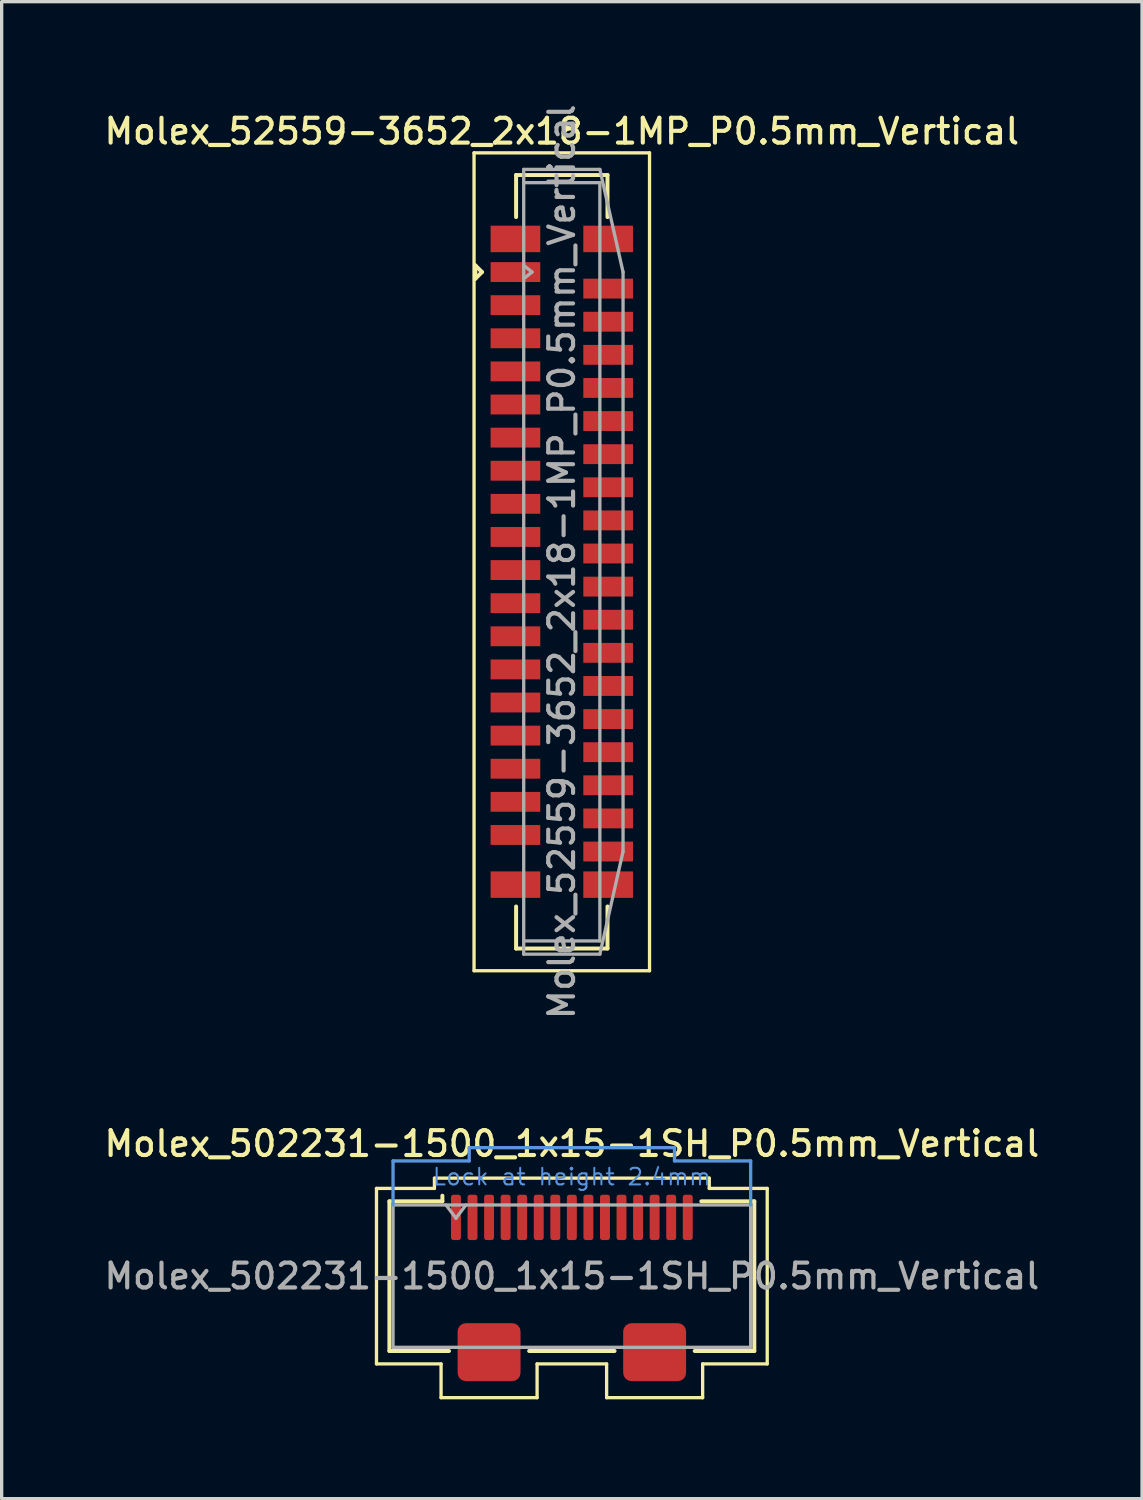
<source format=kicad_pcb>
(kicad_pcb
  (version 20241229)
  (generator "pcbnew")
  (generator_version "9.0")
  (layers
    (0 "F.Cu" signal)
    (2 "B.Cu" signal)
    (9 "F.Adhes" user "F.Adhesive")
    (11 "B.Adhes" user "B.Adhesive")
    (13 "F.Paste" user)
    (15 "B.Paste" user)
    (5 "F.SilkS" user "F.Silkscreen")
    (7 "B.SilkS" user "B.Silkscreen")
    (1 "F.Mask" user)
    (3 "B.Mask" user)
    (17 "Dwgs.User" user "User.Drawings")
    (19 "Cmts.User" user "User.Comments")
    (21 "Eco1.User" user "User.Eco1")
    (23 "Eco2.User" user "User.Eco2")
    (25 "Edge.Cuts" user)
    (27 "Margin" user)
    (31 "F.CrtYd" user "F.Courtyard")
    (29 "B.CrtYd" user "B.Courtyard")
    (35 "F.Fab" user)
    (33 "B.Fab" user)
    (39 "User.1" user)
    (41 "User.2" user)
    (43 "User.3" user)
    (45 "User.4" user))
  (footprint "Molex_502231-1500_1x15-1SH_P0.5mm_Vertical"
    (layer "F.Cu")
    (at 14.22 34.76)
    (property "Reference" "Molex_502231-1500_1x15-1SH_P0.5mm_Vertical" (at 0 -3.27 0) (layer "F.SilkS") (effects (font (size 0.75 0.75) (thickness 0.125))))
    (attr smd)
    (fp_line (start -5.9 -1.92) (end -4.15 -1.92) (stroke (width 0.1) (type solid)) (layer "F.SilkS"))
    (fp_line (start -5.9 3.38) (end -5.9 -1.92) (stroke (width 0.1) (type solid)) (layer "F.SilkS"))
    (fp_line (start -5.51 2.99) (end -5.51 -1.53) (stroke (width 0.12) (type solid)) (layer "F.SilkS"))
    (fp_line (start -4.15 -1.92) (end -4.15 -2.23) (stroke (width 0.1) (type solid)) (layer "F.SilkS"))
    (fp_line (start -3.95 3.38) (end -5.9 3.38) (stroke (width 0.1) (type solid)) (layer "F.SilkS"))
    (fp_line (start -3.95 3.38) (end -3.95 4.4) (stroke (width 0.1) (type solid)) (layer "F.SilkS"))
    (fp_line (start -3.91 -1.53) (end -5.51 -1.53) (stroke (width 0.12) (type solid)) (layer "F.SilkS"))
    (fp_line (start -3.91 -1.53) (end -3.91 -1.7) (stroke (width 0.12) (type solid)) (layer "F.SilkS"))
    (fp_line (start -3.71 2.99) (end -5.51 2.99) (stroke (width 0.12) (type solid)) (layer "F.SilkS"))
    (fp_line (start -1.29 2.99) (end 1.29 2.99) (stroke (width 0.12) (type solid)) (layer "F.SilkS"))
    (fp_line (start -1.05 3.38) (end -1.05 4.4) (stroke (width 0.1) (type solid)) (layer "F.SilkS"))
    (fp_line (start -1.05 4.4) (end -3.95 4.4) (stroke (width 0.1) (type solid)) (layer "F.SilkS"))
    (fp_line (start 1.05 3.38) (end -1.05 3.38) (stroke (width 0.1) (type solid)) (layer "F.SilkS"))
    (fp_line (start 1.05 3.38) (end 1.05 4.4) (stroke (width 0.1) (type solid)) (layer "F.SilkS"))
    (fp_line (start 1.05 4.4) (end 3.95 4.4) (stroke (width 0.1) (type solid)) (layer "F.SilkS"))
    (fp_line (start 3.71 2.99) (end 5.51 2.99) (stroke (width 0.12) (type solid)) (layer "F.SilkS"))
    (fp_line (start 3.91 -1.53) (end 5.51 -1.53) (stroke (width 0.12) (type solid)) (layer "F.SilkS"))
    (fp_line (start 3.95 3.38) (end 3.95 4.4) (stroke (width 0.1) (type solid)) (layer "F.SilkS"))
    (fp_line (start 3.95 3.38) (end 5.9 3.38) (stroke (width 0.1) (type solid)) (layer "F.SilkS"))
    (fp_line (start 4.15 -2.23) (end -4.15 -2.23) (stroke (width 0.1) (type solid)) (layer "F.SilkS"))
    (fp_line (start 4.15 -1.92) (end 4.15 -2.23) (stroke (width 0.1) (type solid)) (layer "F.SilkS"))
    (fp_line (start 5.51 2.99) (end 5.51 -1.53) (stroke (width 0.12) (type solid)) (layer "F.SilkS"))
    (fp_line (start 5.9 -1.92) (end 4.15 -1.92) (stroke (width 0.1) (type solid)) (layer "F.SilkS"))
    (fp_line (start 5.9 3.38) (end 5.9 -1.92) (stroke (width 0.1) (type solid)) (layer "F.SilkS"))
    (fp_line (start -5.4 -2.75) (end -5.4 -1.42) (stroke (width 0.1) (type solid)) (layer "Cmts.User"))
    (fp_line (start -3.1 -3.15) (end -3.1 -2.75) (stroke (width 0.1) (type solid)) (layer "Cmts.User"))
    (fp_line (start -3.1 -3.15) (end 3.1 -3.15) (stroke (width 0.1) (type solid)) (layer "Cmts.User"))
    (fp_line (start -3.1 -2.75) (end -5.4 -2.75) (stroke (width 0.1) (type solid)) (layer "Cmts.User"))
    (fp_line (start 3.1 -3.15) (end 3.1 -2.75) (stroke (width 0.1) (type solid)) (layer "Cmts.User"))
    (fp_line (start 3.1 -2.75) (end 5.4 -2.75) (stroke (width 0.1) (type solid)) (layer "Cmts.User"))
    (fp_line (start 5.4 -2.75) (end 5.4 -1.42) (stroke (width 0.1) (type solid)) (layer "Cmts.User"))
    (fp_line (start -5.4 -1.42) (end -5.4 2.88) (stroke (width 0.1) (type solid)) (layer "F.Fab"))
    (fp_line (start -5.4 -1.42) (end 5.4 -1.42) (stroke (width 0.1) (type solid)) (layer "F.Fab"))
    (fp_line (start -5.4 2.88) (end 5.4 2.88) (stroke (width 0.1) (type solid)) (layer "F.Fab"))
    (fp_line (start -3.8 -1.42) (end -3.5 -1.02) (stroke (width 0.1) (type solid)) (layer "F.Fab"))
    (fp_line (start -3.5 -1.02) (end -3.2 -1.42) (stroke (width 0.1) (type solid)) (layer "F.Fab"))
    (fp_line (start 5.4 -1.42) (end 5.4 2.88) (stroke (width 0.1) (type solid)) (layer "F.Fab"))
    (fp_text user "Lock at height 2.4mm" (at 0 -2.27 0) (layer "Cmts.User") (effects (font (size 0.5 0.5) (thickness 0.06))))
    (fp_text user "${REFERENCE}" (at 0 0.73 0) (layer "F.Fab") (effects (font (size 0.75 0.75) (thickness 0.125))))
    (pad "1" smd roundrect (at -3.5 -1.045) (size 0.3 1.37) (layers "F.Cu" "F.Mask" "F.Paste") (roundrect_rratio 0.25))
    (pad "2" smd roundrect (at -3 -1.045) (size 0.3 1.37) (layers "F.Cu" "F.Mask" "F.Paste") (roundrect_rratio 0.25))
    (pad "3" smd roundrect (at -2.5 -1.045) (size 0.3 1.37) (layers "F.Cu" "F.Mask" "F.Paste") (roundrect_rratio 0.25))
    (pad "4" smd roundrect (at -2 -1.045) (size 0.3 1.37) (layers "F.Cu" "F.Mask" "F.Paste") (roundrect_rratio 0.25))
    (pad "5" smd roundrect (at -1.5 -1.045) (size 0.3 1.37) (layers "F.Cu" "F.Mask" "F.Paste") (roundrect_rratio 0.25))
    (pad "6" smd roundrect (at -1 -1.045) (size 0.3 1.37) (layers "F.Cu" "F.Mask" "F.Paste") (roundrect_rratio 0.25))
    (pad "7" smd roundrect (at -0.5 -1.045) (size 0.3 1.37) (layers "F.Cu" "F.Mask" "F.Paste") (roundrect_rratio 0.25))
    (pad "8" smd roundrect (at 0 -1.045) (size 0.3 1.37) (layers "F.Cu" "F.Mask" "F.Paste") (roundrect_rratio 0.25))
    (pad "9" smd roundrect (at 0.5 -1.045) (size 0.3 1.37) (layers "F.Cu" "F.Mask" "F.Paste") (roundrect_rratio 0.25))
    (pad "10" smd roundrect (at 1 -1.045) (size 0.3 1.37) (layers "F.Cu" "F.Mask" "F.Paste") (roundrect_rratio 0.25))
    (pad "11" smd roundrect (at 1.5 -1.045) (size 0.3 1.37) (layers "F.Cu" "F.Mask" "F.Paste") (roundrect_rratio 0.25))
    (pad "12" smd roundrect (at 2 -1.045) (size 0.3 1.37) (layers "F.Cu" "F.Mask" "F.Paste") (roundrect_rratio 0.25))
    (pad "13" smd roundrect (at 2.5 -1.045) (size 0.3 1.37) (layers "F.Cu" "F.Mask" "F.Paste") (roundrect_rratio 0.25))
    (pad "14" smd roundrect (at 3 -1.045) (size 0.3 1.37) (layers "F.Cu" "F.Mask" "F.Paste") (roundrect_rratio 0.25))
    (pad "15" smd roundrect (at 3.5 -1.045) (size 0.3 1.37) (layers "F.Cu" "F.Mask" "F.Paste") (roundrect_rratio 0.25))
    (pad "SH" smd roundrect (at -2.5 3.025) (size 1.9 1.75) (layers "F.Cu" "F.Mask" "F.Paste") (roundrect_rratio 0.143))
    (pad "SH" smd roundrect (at 2.5 3.025) (size 1.9 1.75) (layers "F.Cu" "F.Mask" "F.Paste") (roundrect_rratio 0.143)))
  (footprint "Molex_52559-3652_2x18-1MP_P0.5mm_Vertical"
    (layer "F.Cu")
    (at 13.916 13.916)
    (property "Reference" "Molex_52559-3652_2x18-1MP_P0.5mm_Vertical" (at 0 -13 0) (layer "F.SilkS") (effects (font (size 0.75 0.75) (thickness 0.125))))
    (attr smd)
    (fp_line (start -2.65 -12.35) (end 2.65 -12.35) (stroke (width 0.1) (type solid)) (layer "F.SilkS"))
    (fp_line (start -2.65 12.35) (end -2.65 -12.35) (stroke (width 0.1) (type solid)) (layer "F.SilkS"))
    (fp_line (start -2.61 -8.55) (end -2.61 -8.95) (stroke (width 0.12) (type solid)) (layer "F.SilkS"))
    (fp_line (start -2.41 -8.75) (end -2.61 -8.95) (stroke (width 0.12) (type solid)) (layer "F.SilkS"))
    (fp_line (start -2.41 -8.75) (end -2.61 -8.55) (stroke (width 0.12) (type solid)) (layer "F.SilkS"))
    (fp_line (start -1.38 -11.68) (end -1.38 -10.41) (stroke (width 0.12) (type solid)) (layer "F.SilkS"))
    (fp_line (start -1.38 11.68) (end -1.38 10.41) (stroke (width 0.12) (type solid)) (layer "F.SilkS"))
    (fp_line (start 1.38 -11.68) (end -1.38 -11.68) (stroke (width 0.12) (type solid)) (layer "F.SilkS"))
    (fp_line (start 1.38 -10.41) (end 1.38 -11.68) (stroke (width 0.12) (type solid)) (layer "F.SilkS"))
    (fp_line (start 1.38 11.68) (end -1.38 11.68) (stroke (width 0.12) (type solid)) (layer "F.SilkS"))
    (fp_line (start 1.38 11.68) (end 1.38 10.41) (stroke (width 0.12) (type solid)) (layer "F.SilkS"))
    (fp_line (start 2.65 -12.35) (end 2.65 12.35) (stroke (width 0.1) (type solid)) (layer "F.SilkS"))
    (fp_line (start 2.65 12.35) (end -2.65 12.35) (stroke (width 0.1) (type solid)) (layer "F.SilkS"))
    (fp_line (start -1.15 -11.85) (end 1.15 -11.85) (stroke (width 0.1) (type solid)) (layer "F.Fab"))
    (fp_line (start -1.15 -11.45) (end 1.15 -11.45) (stroke (width 0.1) (type solid)) (layer "F.Fab"))
    (fp_line (start -1.15 -8.95) (end -0.9 -8.75) (stroke (width 0.1) (type solid)) (layer "F.Fab"))
    (fp_line (start -1.15 11.85) (end -1.15 -11.85) (stroke (width 0.1) (type solid)) (layer "F.Fab"))
    (fp_line (start -0.9 -8.75) (end -1.15 -8.55) (stroke (width 0.1) (type solid)) (layer "F.Fab"))
    (fp_line (start 1.15 -11.85) (end 1.85 -8.75) (stroke (width 0.1) (type solid)) (layer "F.Fab"))
    (fp_line (start 1.15 -11.45) (end 1.15 11.45) (stroke (width 0.1) (type solid)) (layer "F.Fab"))
    (fp_line (start 1.15 11.45) (end -1.15 11.45) (stroke (width 0.1) (type solid)) (layer "F.Fab"))
    (fp_line (start 1.15 11.85) (end -1.15 11.85) (stroke (width 0.1) (type solid)) (layer "F.Fab"))
    (fp_line (start 1.85 -8.75) (end 1.85 8.75) (stroke (width 0.1) (type solid)) (layer "F.Fab"))
    (fp_line (start 1.85 8.75) (end 1.15 11.85) (stroke (width 0.1) (type solid)) (layer "F.Fab"))
    (fp_text user "${REFERENCE}" (at 0 0 270) (layer "F.Fab") (effects (font (size 0.75 0.75) (thickness 0.125))))
    (pad "1" smd rect (at -1.4 -8.75 270) (size 0.6 1.5) (layers "F.Cu" "F.Mask" "F.Paste"))
    (pad "2" smd rect (at 1.4 -8.25 270) (size 0.6 1.5) (layers "F.Cu" "F.Mask" "F.Paste"))
    (pad "3" smd rect (at -1.4 -7.75 270) (size 0.6 1.5) (layers "F.Cu" "F.Mask" "F.Paste"))
    (pad "4" smd rect (at 1.4 -7.25 270) (size 0.6 1.5) (layers "F.Cu" "F.Mask" "F.Paste"))
    (pad "5" smd rect (at -1.4 -6.75 270) (size 0.6 1.5) (layers "F.Cu" "F.Mask" "F.Paste"))
    (pad "6" smd rect (at 1.4 -6.25 270) (size 0.6 1.5) (layers "F.Cu" "F.Mask" "F.Paste"))
    (pad "7" smd rect (at -1.4 -5.75 270) (size 0.6 1.5) (layers "F.Cu" "F.Mask" "F.Paste"))
    (pad "8" smd rect (at 1.4 -5.25 270) (size 0.6 1.5) (layers "F.Cu" "F.Mask" "F.Paste"))
    (pad "9" smd rect (at -1.4 -4.75 270) (size 0.6 1.5) (layers "F.Cu" "F.Mask" "F.Paste"))
    (pad "10" smd rect (at 1.4 -4.25 270) (size 0.6 1.5) (layers "F.Cu" "F.Mask" "F.Paste"))
    (pad "11" smd rect (at -1.4 -3.75 270) (size 0.6 1.5) (layers "F.Cu" "F.Mask" "F.Paste"))
    (pad "12" smd rect (at 1.4 -3.25 270) (size 0.6 1.5) (layers "F.Cu" "F.Mask" "F.Paste"))
    (pad "13" smd rect (at -1.4 -2.75 270) (size 0.6 1.5) (layers "F.Cu" "F.Mask" "F.Paste"))
    (pad "14" smd rect (at 1.4 -2.25 270) (size 0.6 1.5) (layers "F.Cu" "F.Mask" "F.Paste"))
    (pad "15" smd rect (at -1.4 -1.75 270) (size 0.6 1.5) (layers "F.Cu" "F.Mask" "F.Paste"))
    (pad "16" smd rect (at 1.4 -1.25 270) (size 0.6 1.5) (layers "F.Cu" "F.Mask" "F.Paste"))
    (pad "17" smd rect (at -1.4 -0.75 270) (size 0.6 1.5) (layers "F.Cu" "F.Mask" "F.Paste"))
    (pad "18" smd rect (at 1.4 -0.25 270) (size 0.6 1.5) (layers "F.Cu" "F.Mask" "F.Paste"))
    (pad "19" smd rect (at -1.4 0.25 270) (size 0.6 1.5) (layers "F.Cu" "F.Mask" "F.Paste"))
    (pad "20" smd rect (at 1.4 0.75 270) (size 0.6 1.5) (layers "F.Cu" "F.Mask" "F.Paste"))
    (pad "21" smd rect (at -1.4 1.25 270) (size 0.6 1.5) (layers "F.Cu" "F.Mask" "F.Paste"))
    (pad "22" smd rect (at 1.4 1.75 270) (size 0.6 1.5) (layers "F.Cu" "F.Mask" "F.Paste"))
    (pad "23" smd rect (at -1.4 2.25 270) (size 0.6 1.5) (layers "F.Cu" "F.Mask" "F.Paste"))
    (pad "24" smd rect (at 1.4 2.75 270) (size 0.6 1.5) (layers "F.Cu" "F.Mask" "F.Paste"))
    (pad "25" smd rect (at -1.4 3.25 270) (size 0.6 1.5) (layers "F.Cu" "F.Mask" "F.Paste"))
    (pad "26" smd rect (at 1.4 3.75 270) (size 0.6 1.5) (layers "F.Cu" "F.Mask" "F.Paste"))
    (pad "27" smd rect (at -1.4 4.25 270) (size 0.6 1.5) (layers "F.Cu" "F.Mask" "F.Paste"))
    (pad "28" smd rect (at 1.4 4.75 270) (size 0.6 1.5) (layers "F.Cu" "F.Mask" "F.Paste"))
    (pad "29" smd rect (at -1.4 5.25 270) (size 0.6 1.5) (layers "F.Cu" "F.Mask" "F.Paste"))
    (pad "30" smd rect (at 1.4 5.75 270) (size 0.6 1.5) (layers "F.Cu" "F.Mask" "F.Paste"))
    (pad "31" smd rect (at -1.4 6.25 270) (size 0.6 1.5) (layers "F.Cu" "F.Mask" "F.Paste"))
    (pad "32" smd rect (at 1.4 6.75 270) (size 0.6 1.5) (layers "F.Cu" "F.Mask" "F.Paste"))
    (pad "33" smd rect (at -1.4 7.25 270) (size 0.6 1.5) (layers "F.Cu" "F.Mask" "F.Paste"))
    (pad "34" smd rect (at 1.4 7.75 270) (size 0.6 1.5) (layers "F.Cu" "F.Mask" "F.Paste"))
    (pad "35" smd rect (at -1.4 8.25 270) (size 0.6 1.5) (layers "F.Cu" "F.Mask" "F.Paste"))
    (pad "36" smd rect (at 1.4 8.75 270) (size 0.6 1.5) (layers "F.Cu" "F.Mask" "F.Paste"))
    (pad "MP" smd rect (at -1.4 -9.75 270) (size 0.8 1.5) (layers "F.Cu" "F.Mask" "F.Paste"))
    (pad "MP" smd rect (at -1.4 9.75 270) (size 0.8 1.5) (layers "F.Cu" "F.Mask" "F.Paste"))
    (pad "MP" smd rect (at 1.4 -9.75 270) (size 0.8 1.5) (layers "F.Cu" "F.Mask" "F.Paste"))
    (pad "MP" smd rect (at 1.4 9.75 270) (size 0.8 1.5) (layers "F.Cu" "F.Mask" "F.Paste")))
  (gr_rect
    (start -3 -3)
    (end 31.439 42.21)
    (stroke (width 0.1) (type default))
    (fill no)
    (layer "Edge.Cuts")))
</source>
